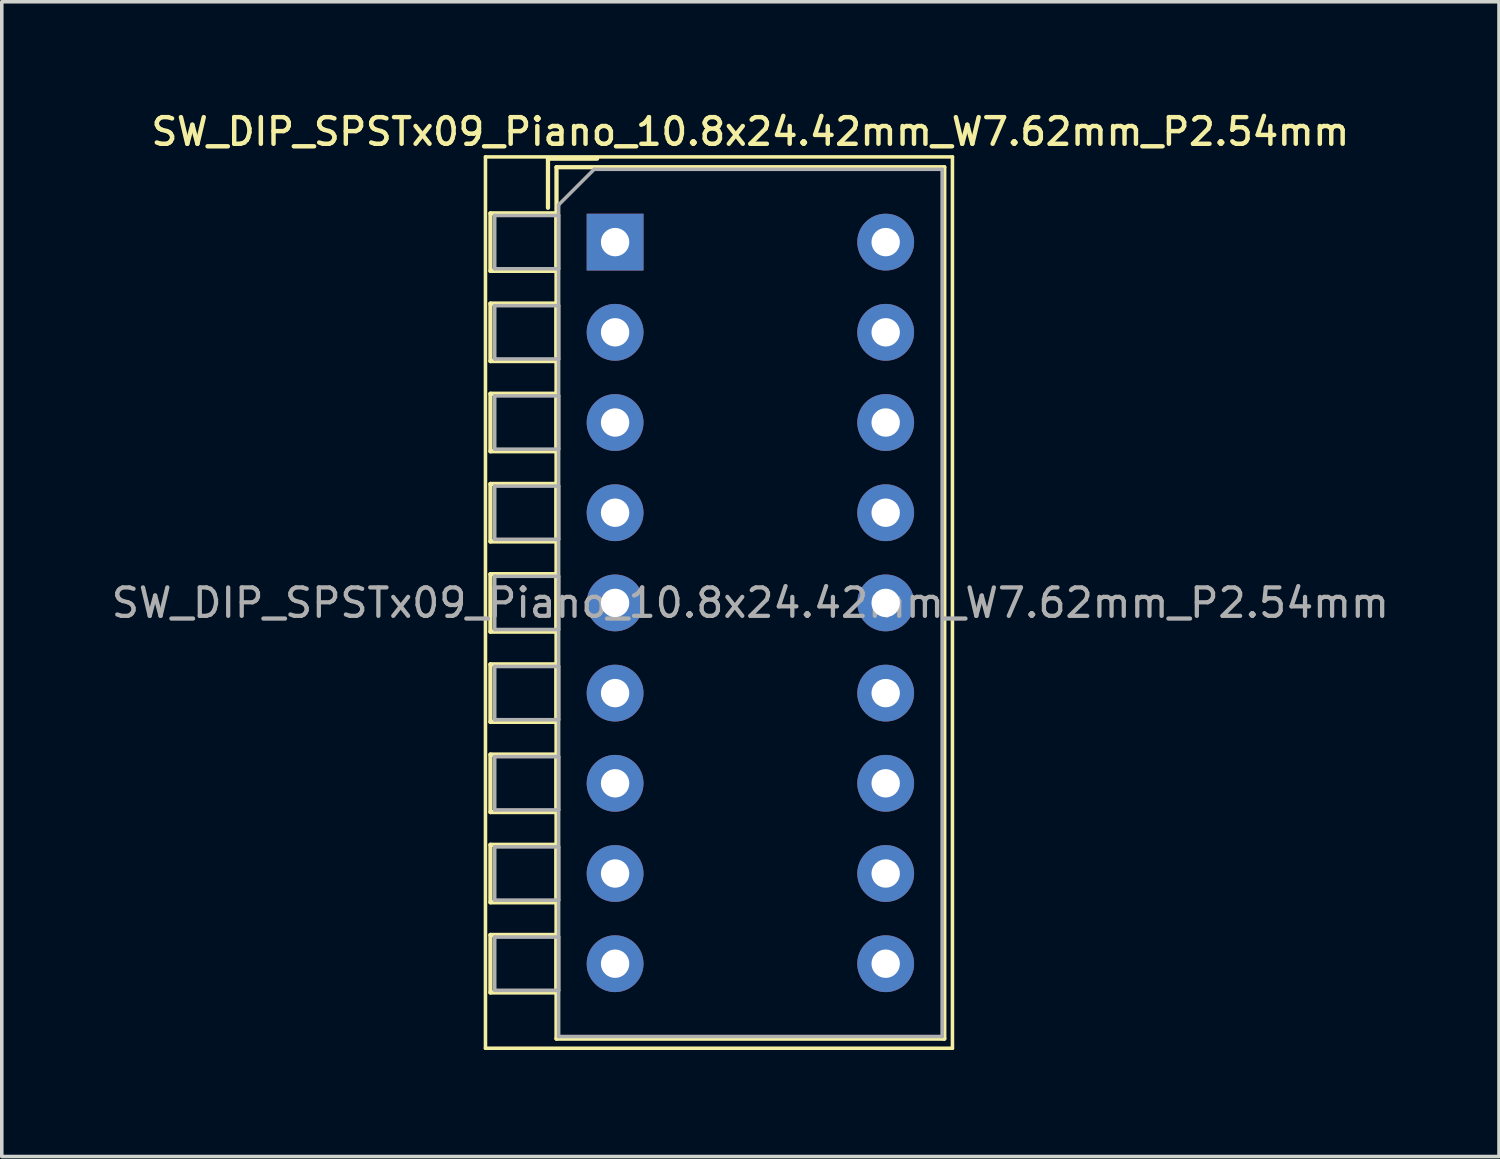
<source format=kicad_pcb>
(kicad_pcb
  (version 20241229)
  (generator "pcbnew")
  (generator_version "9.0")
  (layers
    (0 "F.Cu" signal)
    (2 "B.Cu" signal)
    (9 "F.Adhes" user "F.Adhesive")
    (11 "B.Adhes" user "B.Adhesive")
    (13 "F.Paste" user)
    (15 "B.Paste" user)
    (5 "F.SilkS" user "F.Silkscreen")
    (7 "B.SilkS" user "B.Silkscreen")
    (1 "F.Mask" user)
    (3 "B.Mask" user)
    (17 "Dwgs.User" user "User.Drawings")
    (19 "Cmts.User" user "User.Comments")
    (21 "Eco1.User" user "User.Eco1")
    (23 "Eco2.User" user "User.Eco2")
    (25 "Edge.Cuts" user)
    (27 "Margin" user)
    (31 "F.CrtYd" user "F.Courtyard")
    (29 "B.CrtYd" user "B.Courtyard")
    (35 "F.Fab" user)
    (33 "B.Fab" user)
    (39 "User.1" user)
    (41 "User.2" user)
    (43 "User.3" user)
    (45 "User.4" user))
  (footprint "SW_DIP_SPSTx09_Piano_10.8x24.42mm_W7.62mm_P2.54mm"
    (layer "F.Cu")
    (at 14.271 3.768)
    (property "Reference" "SW_DIP_SPSTx09_Piano_10.8x24.42mm_W7.62mm_P2.54mm" (at 3.81 -3.11 0) (layer "F.SilkS") (effects (font (size 0.75 0.75) (thickness 0.125))))
    (attr through_hole)
    (fp_line (start -3.65 -2.4) (end -3.65 22.7) (stroke (width 0.1) (type solid)) (layer "F.SilkS"))
    (fp_line (start -3.65 22.7) (end 9.5 22.7) (stroke (width 0.1) (type solid)) (layer "F.SilkS"))
    (fp_line (start -3.51 -0.81) (end -3.51 0.81) (stroke (width 0.12) (type solid)) (layer "F.SilkS"))
    (fp_line (start -3.51 -0.81) (end -1.65 -0.81) (stroke (width 0.12) (type solid)) (layer "F.SilkS"))
    (fp_line (start -3.51 0.81) (end -1.65 0.81) (stroke (width 0.12) (type solid)) (layer "F.SilkS"))
    (fp_line (start -3.51 1.73) (end -3.51 3.35) (stroke (width 0.12) (type solid)) (layer "F.SilkS"))
    (fp_line (start -3.51 1.73) (end -1.65 1.73) (stroke (width 0.12) (type solid)) (layer "F.SilkS"))
    (fp_line (start -3.51 3.35) (end -1.65 3.35) (stroke (width 0.12) (type solid)) (layer "F.SilkS"))
    (fp_line (start -3.51 4.27) (end -3.51 5.89) (stroke (width 0.12) (type solid)) (layer "F.SilkS"))
    (fp_line (start -3.51 4.27) (end -1.65 4.27) (stroke (width 0.12) (type solid)) (layer "F.SilkS"))
    (fp_line (start -3.51 5.89) (end -1.65 5.89) (stroke (width 0.12) (type solid)) (layer "F.SilkS"))
    (fp_line (start -3.51 6.81) (end -3.51 8.43) (stroke (width 0.12) (type solid)) (layer "F.SilkS"))
    (fp_line (start -3.51 6.81) (end -1.65 6.81) (stroke (width 0.12) (type solid)) (layer "F.SilkS"))
    (fp_line (start -3.51 8.43) (end -1.65 8.43) (stroke (width 0.12) (type solid)) (layer "F.SilkS"))
    (fp_line (start -3.51 9.35) (end -3.51 10.97) (stroke (width 0.12) (type solid)) (layer "F.SilkS"))
    (fp_line (start -3.51 9.35) (end -1.65 9.35) (stroke (width 0.12) (type solid)) (layer "F.SilkS"))
    (fp_line (start -3.51 10.97) (end -1.65 10.97) (stroke (width 0.12) (type solid)) (layer "F.SilkS"))
    (fp_line (start -3.51 11.89) (end -3.51 13.51) (stroke (width 0.12) (type solid)) (layer "F.SilkS"))
    (fp_line (start -3.51 11.89) (end -1.65 11.89) (stroke (width 0.12) (type solid)) (layer "F.SilkS"))
    (fp_line (start -3.51 13.51) (end -1.65 13.51) (stroke (width 0.12) (type solid)) (layer "F.SilkS"))
    (fp_line (start -3.51 14.43) (end -3.51 16.05) (stroke (width 0.12) (type solid)) (layer "F.SilkS"))
    (fp_line (start -3.51 14.43) (end -1.65 14.43) (stroke (width 0.12) (type solid)) (layer "F.SilkS"))
    (fp_line (start -3.51 16.05) (end -1.65 16.05) (stroke (width 0.12) (type solid)) (layer "F.SilkS"))
    (fp_line (start -3.51 16.971) (end -3.51 18.591) (stroke (width 0.12) (type solid)) (layer "F.SilkS"))
    (fp_line (start -3.51 16.971) (end -1.65 16.971) (stroke (width 0.12) (type solid)) (layer "F.SilkS"))
    (fp_line (start -3.51 18.591) (end -1.65 18.591) (stroke (width 0.12) (type solid)) (layer "F.SilkS"))
    (fp_line (start -3.51 19.51) (end -3.51 21.131) (stroke (width 0.12) (type solid)) (layer "F.SilkS"))
    (fp_line (start -3.51 19.51) (end -1.65 19.51) (stroke (width 0.12) (type solid)) (layer "F.SilkS"))
    (fp_line (start -3.51 21.131) (end -1.65 21.131) (stroke (width 0.12) (type solid)) (layer "F.SilkS"))
    (fp_line (start -1.89 -2.35) (end -1.89 -0.967) (stroke (width 0.12) (type solid)) (layer "F.SilkS"))
    (fp_line (start -1.89 -2.35) (end -0.507 -2.35) (stroke (width 0.12) (type solid)) (layer "F.SilkS"))
    (fp_line (start -1.65 -2.11) (end -1.65 22.431) (stroke (width 0.12) (type solid)) (layer "F.SilkS"))
    (fp_line (start -1.65 -2.11) (end 9.27 -2.11) (stroke (width 0.12) (type solid)) (layer "F.SilkS"))
    (fp_line (start -1.65 -0.81) (end -1.65 0.81) (stroke (width 0.12) (type solid)) (layer "F.SilkS"))
    (fp_line (start -1.65 1.73) (end -1.65 3.35) (stroke (width 0.12) (type solid)) (layer "F.SilkS"))
    (fp_line (start -1.65 4.27) (end -1.65 5.89) (stroke (width 0.12) (type solid)) (layer "F.SilkS"))
    (fp_line (start -1.65 6.81) (end -1.65 8.43) (stroke (width 0.12) (type solid)) (layer "F.SilkS"))
    (fp_line (start -1.65 9.35) (end -1.65 10.97) (stroke (width 0.12) (type solid)) (layer "F.SilkS"))
    (fp_line (start -1.65 11.89) (end -1.65 13.51) (stroke (width 0.12) (type solid)) (layer "F.SilkS"))
    (fp_line (start -1.65 14.43) (end -1.65 16.05) (stroke (width 0.12) (type solid)) (layer "F.SilkS"))
    (fp_line (start -1.65 16.971) (end -1.65 18.591) (stroke (width 0.12) (type solid)) (layer "F.SilkS"))
    (fp_line (start -1.65 19.51) (end -1.65 21.131) (stroke (width 0.12) (type solid)) (layer "F.SilkS"))
    (fp_line (start -1.65 22.431) (end 9.27 22.431) (stroke (width 0.12) (type solid)) (layer "F.SilkS"))
    (fp_line (start 9.27 -2.11) (end 9.27 22.431) (stroke (width 0.12) (type solid)) (layer "F.SilkS"))
    (fp_line (start 9.5 -2.4) (end -3.65 -2.4) (stroke (width 0.1) (type solid)) (layer "F.SilkS"))
    (fp_line (start 9.5 22.7) (end 9.5 -2.4) (stroke (width 0.1) (type solid)) (layer "F.SilkS"))
    (fp_line (start -3.39 -0.75) (end -1.59 -0.75) (stroke (width 0.1) (type solid)) (layer "F.Fab"))
    (fp_line (start -3.39 0.75) (end -3.39 -0.75) (stroke (width 0.1) (type solid)) (layer "F.Fab"))
    (fp_line (start -3.39 1.79) (end -1.59 1.79) (stroke (width 0.1) (type solid)) (layer "F.Fab"))
    (fp_line (start -3.39 3.29) (end -3.39 1.79) (stroke (width 0.1) (type solid)) (layer "F.Fab"))
    (fp_line (start -3.39 4.33) (end -1.59 4.33) (stroke (width 0.1) (type solid)) (layer "F.Fab"))
    (fp_line (start -3.39 5.83) (end -3.39 4.33) (stroke (width 0.1) (type solid)) (layer "F.Fab"))
    (fp_line (start -3.39 6.87) (end -1.59 6.87) (stroke (width 0.1) (type solid)) (layer "F.Fab"))
    (fp_line (start -3.39 8.37) (end -3.39 6.87) (stroke (width 0.1) (type solid)) (layer "F.Fab"))
    (fp_line (start -3.39 9.41) (end -1.59 9.41) (stroke (width 0.1) (type solid)) (layer "F.Fab"))
    (fp_line (start -3.39 10.91) (end -3.39 9.41) (stroke (width 0.1) (type solid)) (layer "F.Fab"))
    (fp_line (start -3.39 11.95) (end -1.59 11.95) (stroke (width 0.1) (type solid)) (layer "F.Fab"))
    (fp_line (start -3.39 13.45) (end -3.39 11.95) (stroke (width 0.1) (type solid)) (layer "F.Fab"))
    (fp_line (start -3.39 14.49) (end -1.59 14.49) (stroke (width 0.1) (type solid)) (layer "F.Fab"))
    (fp_line (start -3.39 15.99) (end -3.39 14.49) (stroke (width 0.1) (type solid)) (layer "F.Fab"))
    (fp_line (start -3.39 17.03) (end -1.59 17.03) (stroke (width 0.1) (type solid)) (layer "F.Fab"))
    (fp_line (start -3.39 18.53) (end -3.39 17.03) (stroke (width 0.1) (type solid)) (layer "F.Fab"))
    (fp_line (start -3.39 19.57) (end -1.59 19.57) (stroke (width 0.1) (type solid)) (layer "F.Fab"))
    (fp_line (start -3.39 21.07) (end -3.39 19.57) (stroke (width 0.1) (type solid)) (layer "F.Fab"))
    (fp_line (start -1.59 -1.05) (end -0.59 -2.05) (stroke (width 0.1) (type solid)) (layer "F.Fab"))
    (fp_line (start -1.59 -0.75) (end -1.59 0.75) (stroke (width 0.1) (type solid)) (layer "F.Fab"))
    (fp_line (start -1.59 0.75) (end -3.39 0.75) (stroke (width 0.1) (type solid)) (layer "F.Fab"))
    (fp_line (start -1.59 1.79) (end -1.59 3.29) (stroke (width 0.1) (type solid)) (layer "F.Fab"))
    (fp_line (start -1.59 3.29) (end -3.39 3.29) (stroke (width 0.1) (type solid)) (layer "F.Fab"))
    (fp_line (start -1.59 4.33) (end -1.59 5.83) (stroke (width 0.1) (type solid)) (layer "F.Fab"))
    (fp_line (start -1.59 5.83) (end -3.39 5.83) (stroke (width 0.1) (type solid)) (layer "F.Fab"))
    (fp_line (start -1.59 6.87) (end -1.59 8.37) (stroke (width 0.1) (type solid)) (layer "F.Fab"))
    (fp_line (start -1.59 8.37) (end -3.39 8.37) (stroke (width 0.1) (type solid)) (layer "F.Fab"))
    (fp_line (start -1.59 9.41) (end -1.59 10.91) (stroke (width 0.1) (type solid)) (layer "F.Fab"))
    (fp_line (start -1.59 10.91) (end -3.39 10.91) (stroke (width 0.1) (type solid)) (layer "F.Fab"))
    (fp_line (start -1.59 11.95) (end -1.59 13.45) (stroke (width 0.1) (type solid)) (layer "F.Fab"))
    (fp_line (start -1.59 13.45) (end -3.39 13.45) (stroke (width 0.1) (type solid)) (layer "F.Fab"))
    (fp_line (start -1.59 14.49) (end -1.59 15.99) (stroke (width 0.1) (type solid)) (layer "F.Fab"))
    (fp_line (start -1.59 15.99) (end -3.39 15.99) (stroke (width 0.1) (type solid)) (layer "F.Fab"))
    (fp_line (start -1.59 17.03) (end -1.59 18.53) (stroke (width 0.1) (type solid)) (layer "F.Fab"))
    (fp_line (start -1.59 18.53) (end -3.39 18.53) (stroke (width 0.1) (type solid)) (layer "F.Fab"))
    (fp_line (start -1.59 19.57) (end -1.59 21.07) (stroke (width 0.1) (type solid)) (layer "F.Fab"))
    (fp_line (start -1.59 21.07) (end -3.39 21.07) (stroke (width 0.1) (type solid)) (layer "F.Fab"))
    (fp_line (start -1.59 22.37) (end -1.59 -1.05) (stroke (width 0.1) (type solid)) (layer "F.Fab"))
    (fp_line (start -0.59 -2.05) (end 9.21 -2.05) (stroke (width 0.1) (type solid)) (layer "F.Fab"))
    (fp_line (start 9.21 -2.05) (end 9.21 22.37) (stroke (width 0.1) (type solid)) (layer "F.Fab"))
    (fp_line (start 9.21 22.37) (end -1.59 22.37) (stroke (width 0.1) (type solid)) (layer "F.Fab"))
    (fp_text user "${REFERENCE}" (at 3.81 10.16 0) (layer "F.Fab") (effects (font (size 0.8 0.8) (thickness 0.12))))
    (pad "1" thru_hole rect (at 0 0) (size 1.6 1.6) (drill 0.8) (layers "*.Cu" "*.Mask"))
    (pad "2" thru_hole oval (at 0 2.54) (size 1.6 1.6) (drill 0.8) (layers "*.Cu" "*.Mask"))
    (pad "3" thru_hole oval (at 0 5.08) (size 1.6 1.6) (drill 0.8) (layers "*.Cu" "*.Mask"))
    (pad "4" thru_hole oval (at 0 7.62) (size 1.6 1.6) (drill 0.8) (layers "*.Cu" "*.Mask"))
    (pad "5" thru_hole oval (at 0 10.16) (size 1.6 1.6) (drill 0.8) (layers "*.Cu" "*.Mask"))
    (pad "6" thru_hole oval (at 0 12.7) (size 1.6 1.6) (drill 0.8) (layers "*.Cu" "*.Mask"))
    (pad "7" thru_hole oval (at 0 15.24) (size 1.6 1.6) (drill 0.8) (layers "*.Cu" "*.Mask"))
    (pad "8" thru_hole oval (at 0 17.78) (size 1.6 1.6) (drill 0.8) (layers "*.Cu" "*.Mask"))
    (pad "9" thru_hole oval (at 0 20.32) (size 1.6 1.6) (drill 0.8) (layers "*.Cu" "*.Mask"))
    (pad "10" thru_hole oval (at 7.62 20.32) (size 1.6 1.6) (drill 0.8) (layers "*.Cu" "*.Mask"))
    (pad "11" thru_hole oval (at 7.62 17.78) (size 1.6 1.6) (drill 0.8) (layers "*.Cu" "*.Mask"))
    (pad "12" thru_hole oval (at 7.62 15.24) (size 1.6 1.6) (drill 0.8) (layers "*.Cu" "*.Mask"))
    (pad "13" thru_hole oval (at 7.62 12.7) (size 1.6 1.6) (drill 0.8) (layers "*.Cu" "*.Mask"))
    (pad "14" thru_hole oval (at 7.62 10.16) (size 1.6 1.6) (drill 0.8) (layers "*.Cu" "*.Mask"))
    (pad "15" thru_hole oval (at 7.62 7.62) (size 1.6 1.6) (drill 0.8) (layers "*.Cu" "*.Mask"))
    (pad "16" thru_hole oval (at 7.62 5.08) (size 1.6 1.6) (drill 0.8) (layers "*.Cu" "*.Mask"))
    (pad "17" thru_hole oval (at 7.62 2.54) (size 1.6 1.6) (drill 0.8) (layers "*.Cu" "*.Mask"))
    (pad "18" thru_hole oval (at 7.62 0) (size 1.6 1.6) (drill 0.8) (layers "*.Cu" "*.Mask")))
  (gr_rect
    (start -3 -3)
    (end 39.162 29.518)
    (stroke (width 0.1) (type default))
    (fill no)
    (layer "Edge.Cuts")))
</source>
